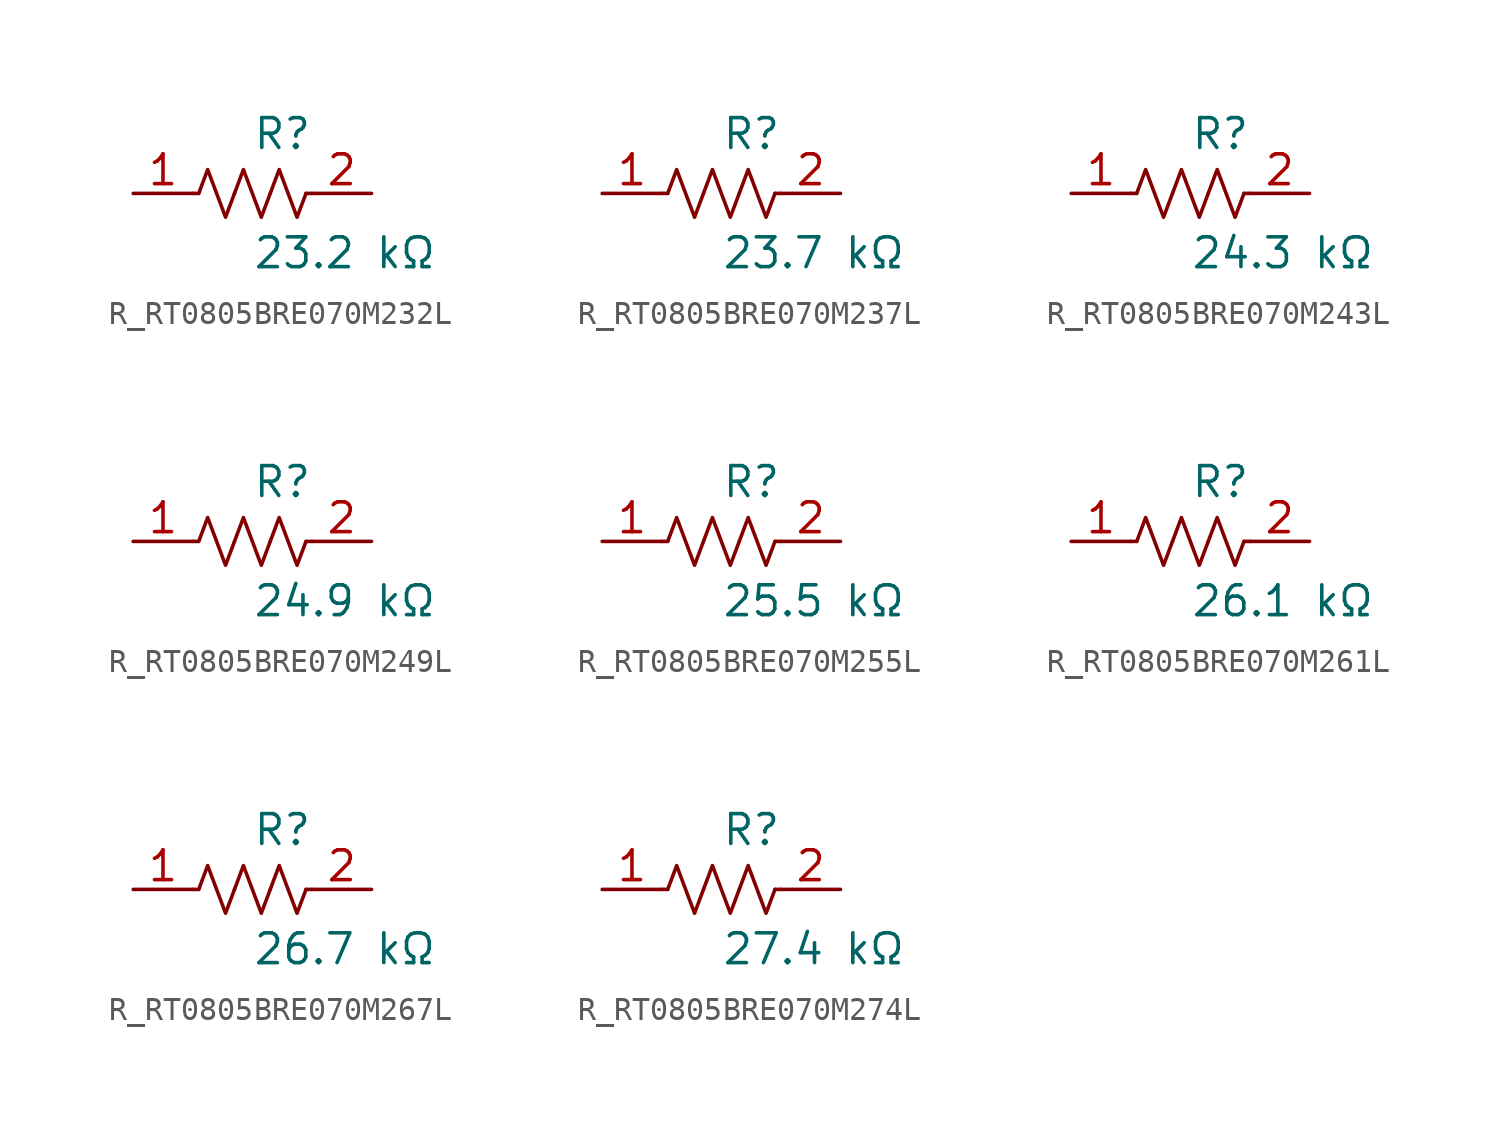
<source format=kicad_sym>
(kicad_symbol_lib
  (version 20231120)
  (generator kicad_symbol_editor)
  (generator_version 8.0)
  (symbol "R_RT0805BRE070M232L"
    (pin_names
      (offset 0.254))
    (property "Reference" "R"
      (at 0.0 2.54 0)
      (effects (font (size 1.27 1.27)) (justify left)))
    (property "Value" "23.2 kΩ"
      (at 0.0 -2.54 0)
      (effects (font (size 1.27 1.27)) (justify left)))
    (symbol "R_RT0805BRE070M232L_0_1"
      (polyline (pts (xy 2.286 0) (xy 2.54 0)) (stroke (width 0) (type default)) (fill (type none)))
      (polyline (pts (xy -2.286 0) (xy -2.54 0)) (stroke (width 0) (type default)) (fill (type none)))
      (polyline (pts (xy 0.762 0) (xy 1.143 1.016) (xy 1.524 0) (xy 1.905 -1.016) (xy 2.286 0)) (stroke (width 0) (type default)) (fill (type none)))
      (polyline (pts (xy -0.762 0) (xy -0.381 1.016) (xy 0 0) (xy 0.381 -1.016) (xy 0.762 0)) (stroke (width 0) (type default)) (fill (type none)))
      (polyline (pts (xy -2.286 0) (xy -1.905 1.016) (xy -1.524 0) (xy -1.143 -1.016) (xy -0.762 0)) (stroke (width 0) (type default)) (fill (type none))))
    (pin unspecified line
      (at -5.08 0 0)
      (length 2.54)
      (name "" (effects (font (size 1.27 1.27))))
      (number "1" (effects (font (size 1.27 1.27)))))
    (pin unspecified line
      (at 5.08 0 180)
      (length 2.54)
      (name "" (effects (font (size 1.27 1.27))))
      (number "2" (effects (font (size 1.27 1.27))))))
  (symbol "R_RT0805BRE070M237L"
    (pin_names
      (offset 0.254))
    (property "Reference" "R"
      (at 0.0 2.54 0)
      (effects (font (size 1.27 1.27)) (justify left)))
    (property "Value" "23.7 kΩ"
      (at 0.0 -2.54 0)
      (effects (font (size 1.27 1.27)) (justify left)))
    (symbol "R_RT0805BRE070M237L_0_1"
      (polyline (pts (xy 2.286 0) (xy 2.54 0)) (stroke (width 0) (type default)) (fill (type none)))
      (polyline (pts (xy -2.286 0) (xy -2.54 0)) (stroke (width 0) (type default)) (fill (type none)))
      (polyline (pts (xy 0.762 0) (xy 1.143 1.016) (xy 1.524 0) (xy 1.905 -1.016) (xy 2.286 0)) (stroke (width 0) (type default)) (fill (type none)))
      (polyline (pts (xy -0.762 0) (xy -0.381 1.016) (xy 0 0) (xy 0.381 -1.016) (xy 0.762 0)) (stroke (width 0) (type default)) (fill (type none)))
      (polyline (pts (xy -2.286 0) (xy -1.905 1.016) (xy -1.524 0) (xy -1.143 -1.016) (xy -0.762 0)) (stroke (width 0) (type default)) (fill (type none))))
    (pin unspecified line
      (at -5.08 0 0)
      (length 2.54)
      (name "" (effects (font (size 1.27 1.27))))
      (number "1" (effects (font (size 1.27 1.27)))))
    (pin unspecified line
      (at 5.08 0 180)
      (length 2.54)
      (name "" (effects (font (size 1.27 1.27))))
      (number "2" (effects (font (size 1.27 1.27))))))
  (symbol "R_RT0805BRE070M243L"
    (pin_names
      (offset 0.254))
    (property "Reference" "R"
      (at 0.0 2.54 0)
      (effects (font (size 1.27 1.27)) (justify left)))
    (property "Value" "24.3 kΩ"
      (at 0.0 -2.54 0)
      (effects (font (size 1.27 1.27)) (justify left)))
    (symbol "R_RT0805BRE070M243L_0_1"
      (polyline (pts (xy 2.286 0) (xy 2.54 0)) (stroke (width 0) (type default)) (fill (type none)))
      (polyline (pts (xy -2.286 0) (xy -2.54 0)) (stroke (width 0) (type default)) (fill (type none)))
      (polyline (pts (xy 0.762 0) (xy 1.143 1.016) (xy 1.524 0) (xy 1.905 -1.016) (xy 2.286 0)) (stroke (width 0) (type default)) (fill (type none)))
      (polyline (pts (xy -0.762 0) (xy -0.381 1.016) (xy 0 0) (xy 0.381 -1.016) (xy 0.762 0)) (stroke (width 0) (type default)) (fill (type none)))
      (polyline (pts (xy -2.286 0) (xy -1.905 1.016) (xy -1.524 0) (xy -1.143 -1.016) (xy -0.762 0)) (stroke (width 0) (type default)) (fill (type none))))
    (pin unspecified line
      (at -5.08 0 0)
      (length 2.54)
      (name "" (effects (font (size 1.27 1.27))))
      (number "1" (effects (font (size 1.27 1.27)))))
    (pin unspecified line
      (at 5.08 0 180)
      (length 2.54)
      (name "" (effects (font (size 1.27 1.27))))
      (number "2" (effects (font (size 1.27 1.27))))))
  (symbol "R_RT0805BRE070M249L"
    (pin_names
      (offset 0.254))
    (property "Reference" "R"
      (at 0.0 2.54 0)
      (effects (font (size 1.27 1.27)) (justify left)))
    (property "Value" "24.9 kΩ"
      (at 0.0 -2.54 0)
      (effects (font (size 1.27 1.27)) (justify left)))
    (symbol "R_RT0805BRE070M249L_0_1"
      (polyline (pts (xy 2.286 0) (xy 2.54 0)) (stroke (width 0) (type default)) (fill (type none)))
      (polyline (pts (xy -2.286 0) (xy -2.54 0)) (stroke (width 0) (type default)) (fill (type none)))
      (polyline (pts (xy 0.762 0) (xy 1.143 1.016) (xy 1.524 0) (xy 1.905 -1.016) (xy 2.286 0)) (stroke (width 0) (type default)) (fill (type none)))
      (polyline (pts (xy -0.762 0) (xy -0.381 1.016) (xy 0 0) (xy 0.381 -1.016) (xy 0.762 0)) (stroke (width 0) (type default)) (fill (type none)))
      (polyline (pts (xy -2.286 0) (xy -1.905 1.016) (xy -1.524 0) (xy -1.143 -1.016) (xy -0.762 0)) (stroke (width 0) (type default)) (fill (type none))))
    (pin unspecified line
      (at -5.08 0 0)
      (length 2.54)
      (name "" (effects (font (size 1.27 1.27))))
      (number "1" (effects (font (size 1.27 1.27)))))
    (pin unspecified line
      (at 5.08 0 180)
      (length 2.54)
      (name "" (effects (font (size 1.27 1.27))))
      (number "2" (effects (font (size 1.27 1.27))))))
  (symbol "R_RT0805BRE070M255L"
    (pin_names
      (offset 0.254))
    (property "Reference" "R"
      (at 0.0 2.54 0)
      (effects (font (size 1.27 1.27)) (justify left)))
    (property "Value" "25.5 kΩ"
      (at 0.0 -2.54 0)
      (effects (font (size 1.27 1.27)) (justify left)))
    (symbol "R_RT0805BRE070M255L_0_1"
      (polyline (pts (xy 2.286 0) (xy 2.54 0)) (stroke (width 0) (type default)) (fill (type none)))
      (polyline (pts (xy -2.286 0) (xy -2.54 0)) (stroke (width 0) (type default)) (fill (type none)))
      (polyline (pts (xy 0.762 0) (xy 1.143 1.016) (xy 1.524 0) (xy 1.905 -1.016) (xy 2.286 0)) (stroke (width 0) (type default)) (fill (type none)))
      (polyline (pts (xy -0.762 0) (xy -0.381 1.016) (xy 0 0) (xy 0.381 -1.016) (xy 0.762 0)) (stroke (width 0) (type default)) (fill (type none)))
      (polyline (pts (xy -2.286 0) (xy -1.905 1.016) (xy -1.524 0) (xy -1.143 -1.016) (xy -0.762 0)) (stroke (width 0) (type default)) (fill (type none))))
    (pin unspecified line
      (at -5.08 0 0)
      (length 2.54)
      (name "" (effects (font (size 1.27 1.27))))
      (number "1" (effects (font (size 1.27 1.27)))))
    (pin unspecified line
      (at 5.08 0 180)
      (length 2.54)
      (name "" (effects (font (size 1.27 1.27))))
      (number "2" (effects (font (size 1.27 1.27))))))
  (symbol "R_RT0805BRE070M261L"
    (pin_names
      (offset 0.254))
    (property "Reference" "R"
      (at 0.0 2.54 0)
      (effects (font (size 1.27 1.27)) (justify left)))
    (property "Value" "26.1 kΩ"
      (at 0.0 -2.54 0)
      (effects (font (size 1.27 1.27)) (justify left)))
    (symbol "R_RT0805BRE070M261L_0_1"
      (polyline (pts (xy 2.286 0) (xy 2.54 0)) (stroke (width 0) (type default)) (fill (type none)))
      (polyline (pts (xy -2.286 0) (xy -2.54 0)) (stroke (width 0) (type default)) (fill (type none)))
      (polyline (pts (xy 0.762 0) (xy 1.143 1.016) (xy 1.524 0) (xy 1.905 -1.016) (xy 2.286 0)) (stroke (width 0) (type default)) (fill (type none)))
      (polyline (pts (xy -0.762 0) (xy -0.381 1.016) (xy 0 0) (xy 0.381 -1.016) (xy 0.762 0)) (stroke (width 0) (type default)) (fill (type none)))
      (polyline (pts (xy -2.286 0) (xy -1.905 1.016) (xy -1.524 0) (xy -1.143 -1.016) (xy -0.762 0)) (stroke (width 0) (type default)) (fill (type none))))
    (pin unspecified line
      (at -5.08 0 0)
      (length 2.54)
      (name "" (effects (font (size 1.27 1.27))))
      (number "1" (effects (font (size 1.27 1.27)))))
    (pin unspecified line
      (at 5.08 0 180)
      (length 2.54)
      (name "" (effects (font (size 1.27 1.27))))
      (number "2" (effects (font (size 1.27 1.27))))))
  (symbol "R_RT0805BRE070M267L"
    (pin_names
      (offset 0.254))
    (property "Reference" "R"
      (at 0.0 2.54 0)
      (effects (font (size 1.27 1.27)) (justify left)))
    (property "Value" "26.7 kΩ"
      (at 0.0 -2.54 0)
      (effects (font (size 1.27 1.27)) (justify left)))
    (symbol "R_RT0805BRE070M267L_0_1"
      (polyline (pts (xy 2.286 0) (xy 2.54 0)) (stroke (width 0) (type default)) (fill (type none)))
      (polyline (pts (xy -2.286 0) (xy -2.54 0)) (stroke (width 0) (type default)) (fill (type none)))
      (polyline (pts (xy 0.762 0) (xy 1.143 1.016) (xy 1.524 0) (xy 1.905 -1.016) (xy 2.286 0)) (stroke (width 0) (type default)) (fill (type none)))
      (polyline (pts (xy -0.762 0) (xy -0.381 1.016) (xy 0 0) (xy 0.381 -1.016) (xy 0.762 0)) (stroke (width 0) (type default)) (fill (type none)))
      (polyline (pts (xy -2.286 0) (xy -1.905 1.016) (xy -1.524 0) (xy -1.143 -1.016) (xy -0.762 0)) (stroke (width 0) (type default)) (fill (type none))))
    (pin unspecified line
      (at -5.08 0 0)
      (length 2.54)
      (name "" (effects (font (size 1.27 1.27))))
      (number "1" (effects (font (size 1.27 1.27)))))
    (pin unspecified line
      (at 5.08 0 180)
      (length 2.54)
      (name "" (effects (font (size 1.27 1.27))))
      (number "2" (effects (font (size 1.27 1.27))))))
  (symbol "R_RT0805BRE070M274L"
    (pin_names
      (offset 0.254))
    (property "Reference" "R"
      (at 0.0 2.54 0)
      (effects (font (size 1.27 1.27)) (justify left)))
    (property "Value" "27.4 kΩ"
      (at 0.0 -2.54 0)
      (effects (font (size 1.27 1.27)) (justify left)))
    (symbol "R_RT0805BRE070M274L_0_1"
      (polyline (pts (xy 2.286 0) (xy 2.54 0)) (stroke (width 0) (type default)) (fill (type none)))
      (polyline (pts (xy -2.286 0) (xy -2.54 0)) (stroke (width 0) (type default)) (fill (type none)))
      (polyline (pts (xy 0.762 0) (xy 1.143 1.016) (xy 1.524 0) (xy 1.905 -1.016) (xy 2.286 0)) (stroke (width 0) (type default)) (fill (type none)))
      (polyline (pts (xy -0.762 0) (xy -0.381 1.016) (xy 0 0) (xy 0.381 -1.016) (xy 0.762 0)) (stroke (width 0) (type default)) (fill (type none)))
      (polyline (pts (xy -2.286 0) (xy -1.905 1.016) (xy -1.524 0) (xy -1.143 -1.016) (xy -0.762 0)) (stroke (width 0) (type default)) (fill (type none))))
    (pin unspecified line
      (at -5.08 0 0)
      (length 2.54)
      (name "" (effects (font (size 1.27 1.27))))
      (number "1" (effects (font (size 1.27 1.27)))))
    (pin unspecified line
      (at 5.08 0 180)
      (length 2.54)
      (name "" (effects (font (size 1.27 1.27))))
      (number "2" (effects (font (size 1.27 1.27)))))))
</source>
